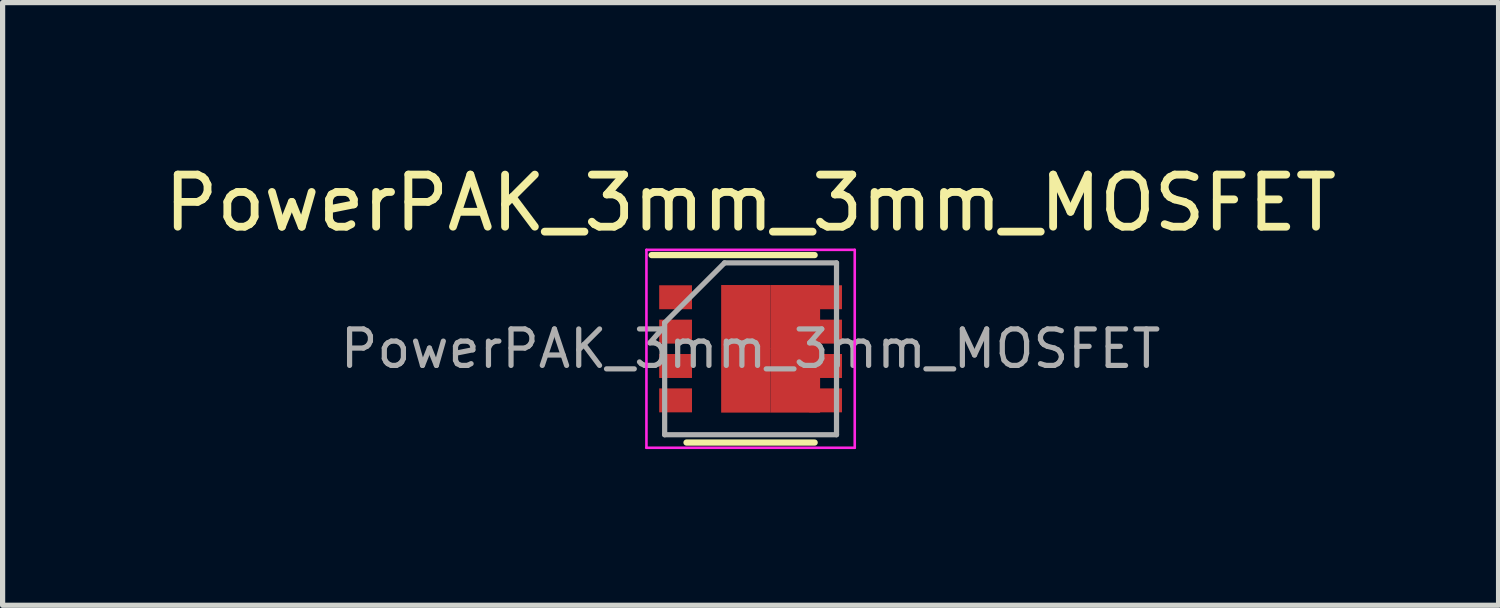
<source format=kicad_pcb>
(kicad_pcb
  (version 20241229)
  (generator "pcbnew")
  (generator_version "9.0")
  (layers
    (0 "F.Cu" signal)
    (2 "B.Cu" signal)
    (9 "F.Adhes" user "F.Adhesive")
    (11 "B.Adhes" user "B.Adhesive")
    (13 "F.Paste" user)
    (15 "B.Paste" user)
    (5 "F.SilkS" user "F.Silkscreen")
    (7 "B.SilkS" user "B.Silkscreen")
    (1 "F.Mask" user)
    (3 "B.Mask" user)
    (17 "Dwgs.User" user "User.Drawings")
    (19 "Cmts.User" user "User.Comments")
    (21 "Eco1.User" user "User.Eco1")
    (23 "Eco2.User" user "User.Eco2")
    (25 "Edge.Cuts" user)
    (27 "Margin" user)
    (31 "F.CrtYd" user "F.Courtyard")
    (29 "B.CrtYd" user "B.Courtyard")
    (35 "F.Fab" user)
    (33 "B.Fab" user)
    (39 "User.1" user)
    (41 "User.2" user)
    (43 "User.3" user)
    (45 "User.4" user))
  (footprint "PowerPAK_3mm_3mm_MOSFET"
    (layer "F.Cu")
    (at 11.363 3.648)
    (property "Reference" "PowerPAK_3mm_3mm_MOSFET" (at 0 -2.8 0) (layer "F.SilkS") (effects (font (size 1 1) (thickness 0.15))))
    (attr smd)
    (fp_line (start -1.9 -1.8) (end 1.23 -1.8) (stroke (width 0.12) (type solid)) (layer "F.SilkS"))
    (fp_line (start -1.23 1.8) (end 1.23 1.8) (stroke (width 0.12) (type solid)) (layer "F.SilkS"))
    (fp_line (start -2 -1.9) (end -2 1.9) (stroke (width 0.05) (type solid)) (layer "F.CrtYd"))
    (fp_line (start -2 -1.9) (end 2 -1.9) (stroke (width 0.05) (type solid)) (layer "F.CrtYd"))
    (fp_line (start -2 1.9) (end 2 1.9) (stroke (width 0.05) (type solid)) (layer "F.CrtYd"))
    (fp_line (start 2 -1.9) (end 2 1.9) (stroke (width 0.05) (type solid)) (layer "F.CrtYd"))
    (fp_line (start -1.65 -0.5) (end -0.5 -1.65) (stroke (width 0.1) (type solid)) (layer "F.Fab"))
    (fp_line (start -1.65 1.65) (end -1.65 -0.5) (stroke (width 0.1) (type solid)) (layer "F.Fab"))
    (fp_line (start -0.5 -1.65) (end 1.65 -1.65) (stroke (width 0.1) (type solid)) (layer "F.Fab"))
    (fp_line (start 1.65 -1.65) (end 1.65 1.65) (stroke (width 0.1) (type solid)) (layer "F.Fab"))
    (fp_line (start 1.65 1.65) (end -1.65 1.65) (stroke (width 0.1) (type solid)) (layer "F.Fab"))
    (fp_text user "${REFERENCE}" (at 0 0 0) (layer "F.Fab") (effects (font (size 0.7 0.7) (thickness 0.1))))
    (pad "1" smd rect (at -1.44 -0.99) (size 0.63 0.46) (layers "F.Cu" "F.Mask" "F.Paste"))
    (pad "2" smd rect (at -1.44 -0.33) (size 0.63 0.46) (layers "F.Cu" "F.Mask" "F.Paste"))
    (pad "3" smd rect (at -1.44 0.33) (size 0.63 0.46) (layers "F.Cu" "F.Mask" "F.Paste"))
    (pad "4" smd rect (at -1.44 0.99) (size 0.63 0.46) (layers "F.Cu" "F.Mask" "F.Paste"))
    (pad "5" smd rect (at -0.09 -0.61) (size 0.95 1.23) (layers "F.Cu" "F.Mask" "F.Paste"))
    (pad "5" smd rect (at -0.09 0.61) (size 0.95 1.23) (layers "F.Cu" "F.Mask" "F.Paste"))
    (pad "5" smd rect (at 0.86 -0.61) (size 0.95 1.23) (layers "F.Cu" "F.Mask" "F.Paste"))
    (pad "5" smd rect (at 0.86 0.61) (size 0.95 1.23) (layers "F.Cu" "F.Mask" "F.Paste"))
    (pad "5" smd rect (at 1.44 -0.99) (size 0.63 0.46) (layers "F.Cu" "F.Mask" "F.Paste"))
    (pad "5" smd rect (at 1.44 -0.33) (size 0.63 0.46) (layers "F.Cu" "F.Mask" "F.Paste"))
    (pad "5" smd rect (at 1.44 0.33) (size 0.63 0.46) (layers "F.Cu" "F.Mask" "F.Paste"))
    (pad "5" smd rect (at 1.44 0.99) (size 0.63 0.46) (layers "F.Cu" "F.Mask" "F.Paste")))
  (gr_rect
    (start -3 -3)
    (end 25.726 8.573)
    (stroke (width 0.1) (type default))
    (fill no)
    (layer "Edge.Cuts")))
</source>
